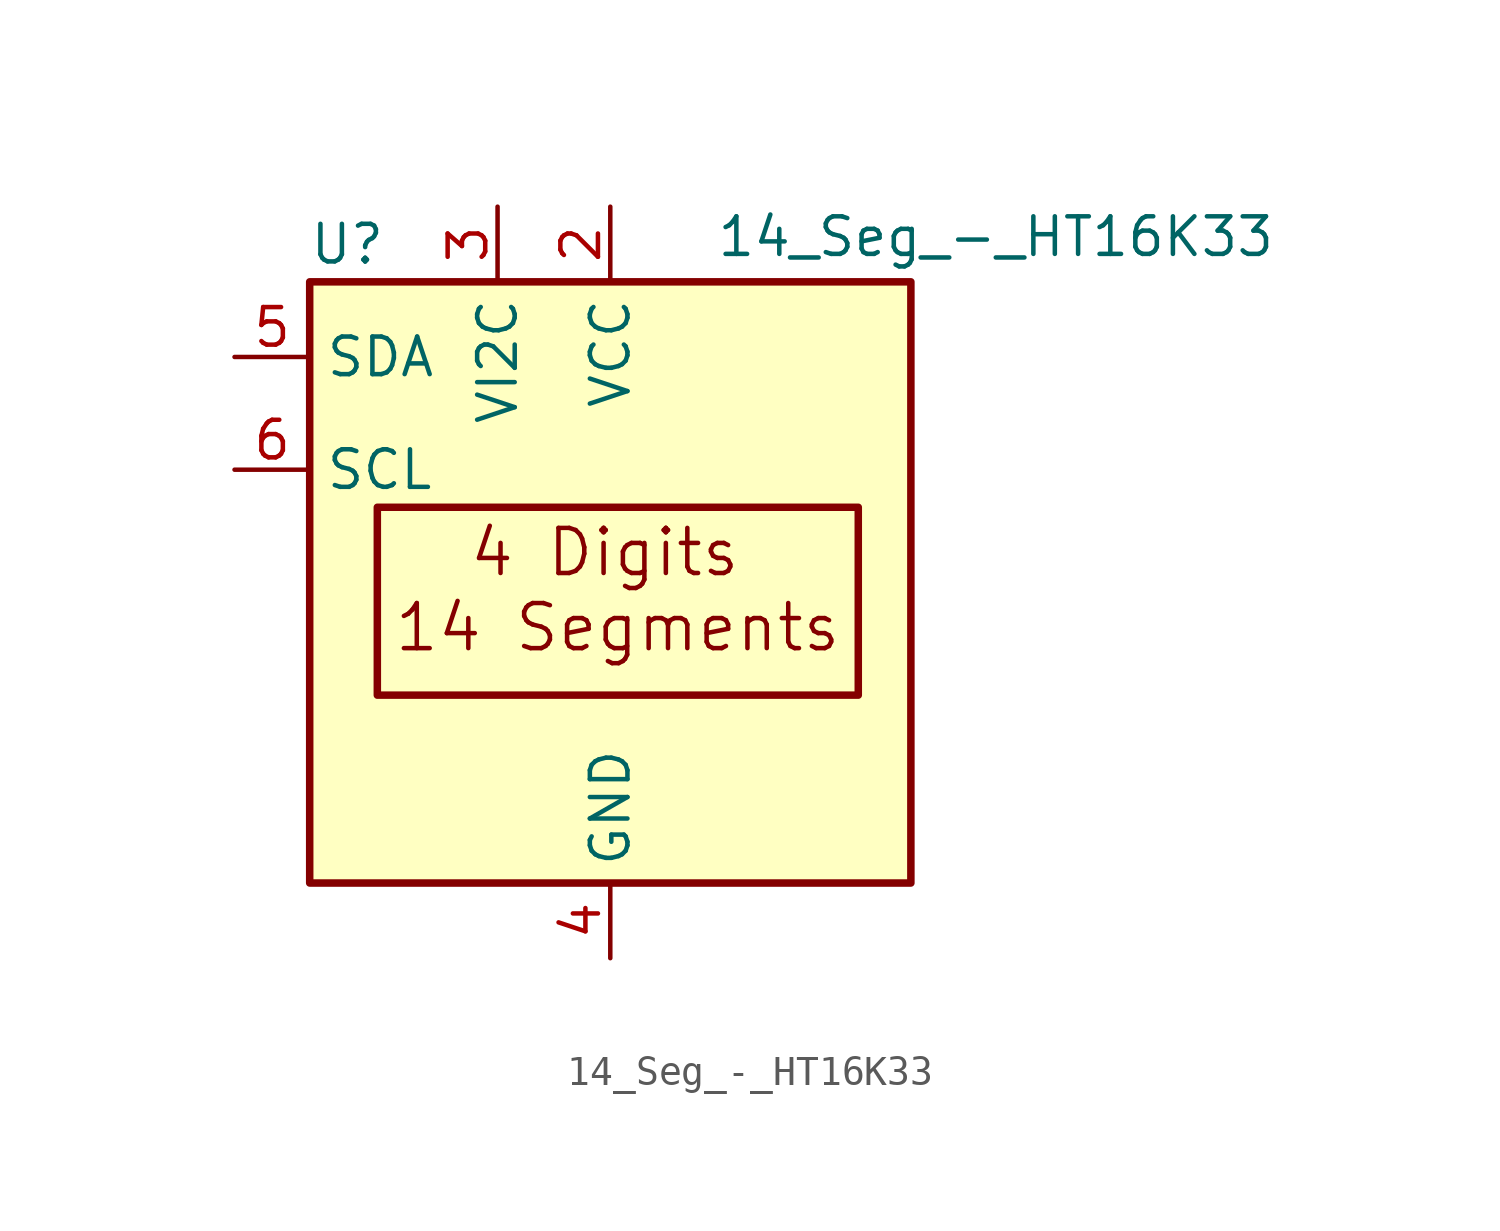
<source format=kicad_sym>
(kicad_symbol_lib
  (version 20211014)
  (generator kicad_symbol_editor)
  (symbol "14_Seg_-_HT16K33"
    (property "Reference" "U"
      (at -8.89 11.43 0)
      (effects (font (size 1.27 1.27))))
    (property "Value" "14_Seg_-_HT16K33"
      (at 3.556 11.684 0)
      (effects (font (size 1.27 1.27)) (justify left)))
    (symbol "14_Seg_-_HT16K33_0_0"
      (rectangle (start -7.874 2.54) (end 8.382 -3.81) (stroke (width 0.254) (type default) (color 0 0 0 0)) (fill (type none)))
      (text "14 Segments" (at -7.366 -1.524 0) (effects (font (size 1.524 1.524)) (justify left)))
      (text "4 Digits" (at -4.826 1.016 0) (effects (font (size 1.524 1.524)) (justify left))))
    (symbol "14_Seg_-_HT16K33_0_1"
      (rectangle (start -10.16 10.16) (end 10.16 -10.16) (stroke (width 0.254) (type default) (color 0 0 0 0)) (fill (type background))))
    (symbol "14_Seg_-_HT16K33_1_1"
      (pin power_in line (at 0 12.7 270) (length 2.54) (name "VCC" (effects (font (size 1.27 1.27)))) (number "2" (effects (font (size 1.27 1.27)))))
      (pin input line (at -3.81 12.7 270) (length 2.54) (name "VI2C" (effects (font (size 1.27 1.27)))) (number "3" (effects (font (size 1.27 1.27)))))
      (pin power_in line (at 0 -12.7 90) (length 2.54) (name "GND" (effects (font (size 1.27 1.27)))) (number "4" (effects (font (size 1.27 1.27)))))
      (pin bidirectional line (at -12.7 7.62 0) (length 2.54) (name "SDA" (effects (font (size 1.27 1.27)))) (number "5" (effects (font (size 1.27 1.27)))))
      (pin input line (at -12.7 3.81 0) (length 2.54) (name "SCL" (effects (font (size 1.27 1.27)))) (number "6" (effects (font (size 1.27 1.27))))))))
</source>
